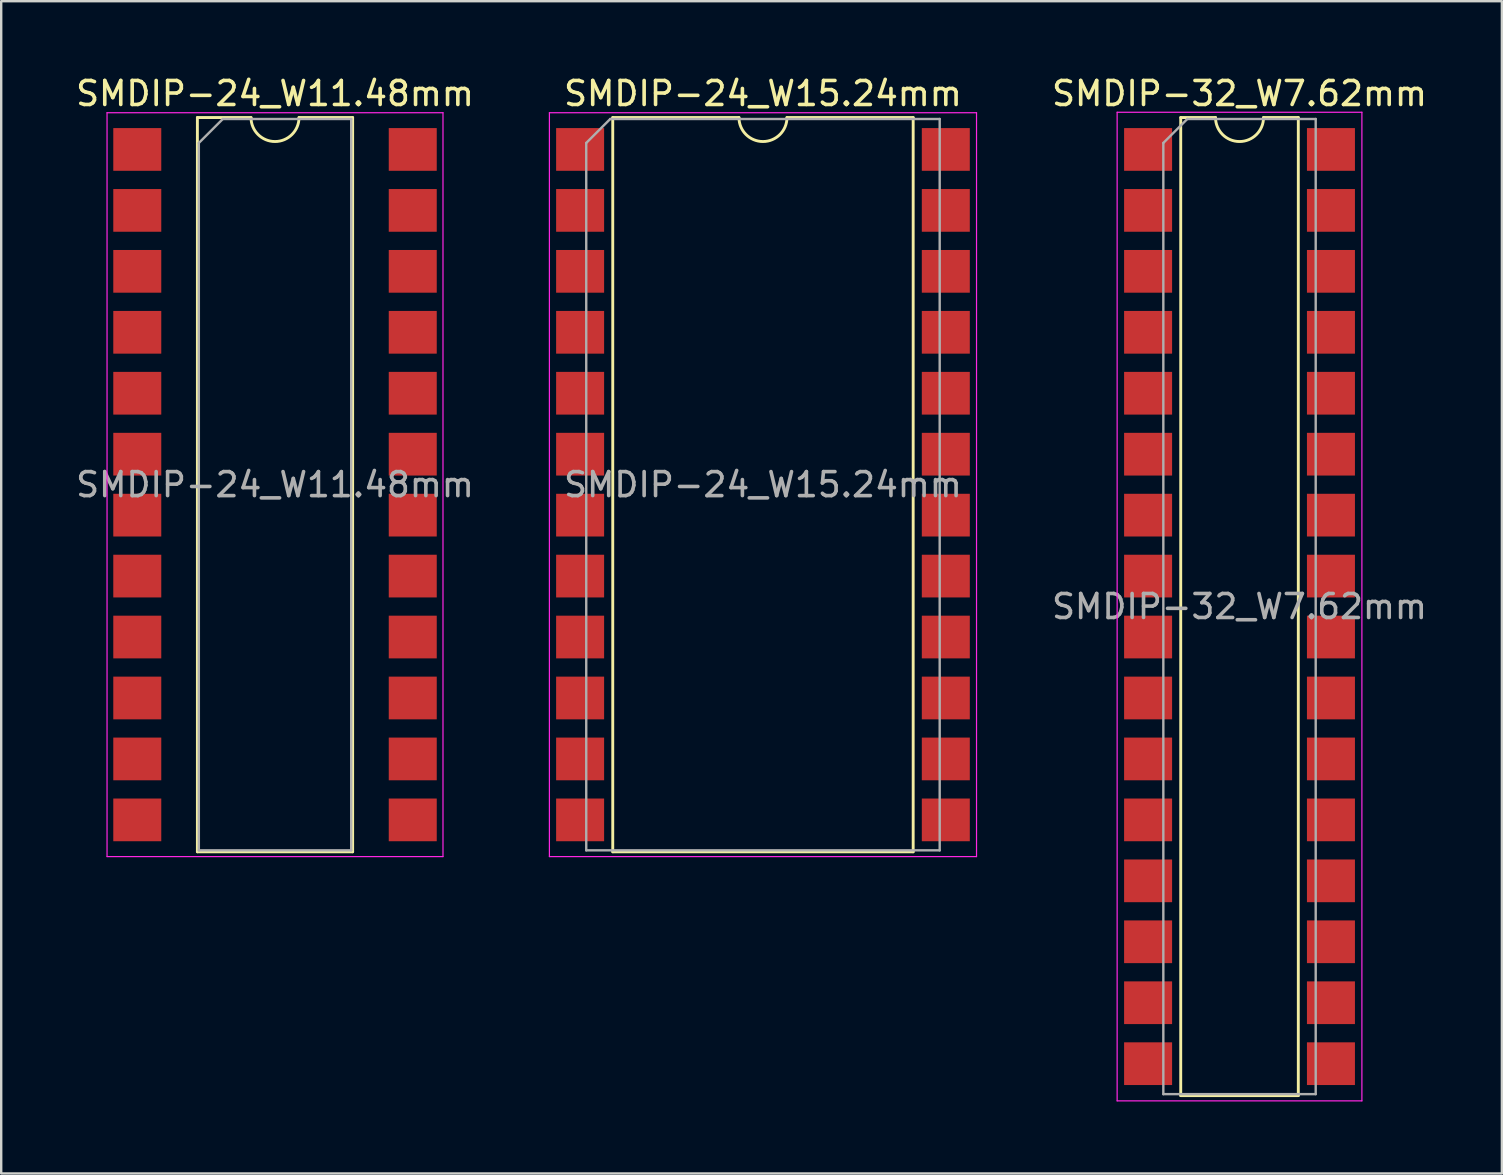
<source format=kicad_pcb>
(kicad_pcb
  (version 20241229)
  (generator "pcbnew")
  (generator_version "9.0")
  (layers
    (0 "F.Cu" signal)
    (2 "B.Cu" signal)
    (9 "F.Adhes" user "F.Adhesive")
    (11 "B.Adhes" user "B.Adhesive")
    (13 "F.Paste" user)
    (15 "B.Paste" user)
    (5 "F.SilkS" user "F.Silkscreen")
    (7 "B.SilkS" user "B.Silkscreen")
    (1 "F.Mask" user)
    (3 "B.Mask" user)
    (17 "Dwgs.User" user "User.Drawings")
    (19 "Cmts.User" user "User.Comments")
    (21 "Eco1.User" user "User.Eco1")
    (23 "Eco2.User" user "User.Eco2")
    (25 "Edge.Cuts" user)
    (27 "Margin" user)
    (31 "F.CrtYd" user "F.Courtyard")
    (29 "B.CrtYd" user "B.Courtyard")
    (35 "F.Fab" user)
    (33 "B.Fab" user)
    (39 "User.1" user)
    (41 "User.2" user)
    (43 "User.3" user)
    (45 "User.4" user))
  (footprint "SMDIP-24_W15.24mm"
    (layer "F.Cu")
    (at 28.746 17.148)
    (property "Reference" "SMDIP-24_W15.24mm" (at 0 -16.3 0) (layer "F.SilkS") (effects (font (size 1 1) (thickness 0.15))))
    (attr smd)
    (fp_line (start -6.26 -15.3) (end -6.26 15.3) (stroke (width 0.12) (type solid)) (layer "F.SilkS"))
    (fp_line (start -6.26 15.3) (end 6.26 15.3) (stroke (width 0.12) (type solid)) (layer "F.SilkS"))
    (fp_line (start -1 -15.3) (end -6.26 -15.3) (stroke (width 0.12) (type solid)) (layer "F.SilkS"))
    (fp_line (start 6.26 -15.3) (end 1 -15.3) (stroke (width 0.12) (type solid)) (layer "F.SilkS"))
    (fp_line (start 6.26 15.3) (end 6.26 -15.3) (stroke (width 0.12) (type solid)) (layer "F.SilkS"))
    (fp_arc (start 1 -15.3) (mid 0 -14.3) (end -1 -15.3) (stroke (width 0.12) (type solid)) (layer "F.SilkS"))
    (fp_line (start -8.9 -15.5) (end -8.9 15.5) (stroke (width 0.05) (type solid)) (layer "F.CrtYd"))
    (fp_line (start -8.9 15.5) (end 8.9 15.5) (stroke (width 0.05) (type solid)) (layer "F.CrtYd"))
    (fp_line (start 8.9 -15.5) (end -8.9 -15.5) (stroke (width 0.05) (type solid)) (layer "F.CrtYd"))
    (fp_line (start 8.9 15.5) (end 8.9 -15.5) (stroke (width 0.05) (type solid)) (layer "F.CrtYd"))
    (fp_line (start -7.365 -14.24) (end -6.365 -15.24) (stroke (width 0.1) (type solid)) (layer "F.Fab"))
    (fp_line (start -7.365 15.24) (end -7.365 -14.24) (stroke (width 0.1) (type solid)) (layer "F.Fab"))
    (fp_line (start -6.365 -15.24) (end 7.365 -15.24) (stroke (width 0.1) (type solid)) (layer "F.Fab"))
    (fp_line (start 7.365 -15.24) (end 7.365 15.24) (stroke (width 0.1) (type solid)) (layer "F.Fab"))
    (fp_line (start 7.365 15.24) (end -7.365 15.24) (stroke (width 0.1) (type solid)) (layer "F.Fab"))
    (fp_text user "${REFERENCE}" (at 0 0 0) (layer "F.Fab") (effects (font (size 1 1) (thickness 0.15))))
    (pad "1" smd rect (at -7.62 -13.97) (size 2 1.78) (layers "F.Cu" "F.Mask" "F.Paste"))
    (pad "2" smd rect (at -7.62 -11.43) (size 2 1.78) (layers "F.Cu" "F.Mask" "F.Paste"))
    (pad "3" smd rect (at -7.62 -8.89) (size 2 1.78) (layers "F.Cu" "F.Mask" "F.Paste"))
    (pad "4" smd rect (at -7.62 -6.35) (size 2 1.78) (layers "F.Cu" "F.Mask" "F.Paste"))
    (pad "5" smd rect (at -7.62 -3.81) (size 2 1.78) (layers "F.Cu" "F.Mask" "F.Paste"))
    (pad "6" smd rect (at -7.62 -1.27) (size 2 1.78) (layers "F.Cu" "F.Mask" "F.Paste"))
    (pad "7" smd rect (at -7.62 1.27) (size 2 1.78) (layers "F.Cu" "F.Mask" "F.Paste"))
    (pad "8" smd rect (at -7.62 3.81) (size 2 1.78) (layers "F.Cu" "F.Mask" "F.Paste"))
    (pad "9" smd rect (at -7.62 6.35) (size 2 1.78) (layers "F.Cu" "F.Mask" "F.Paste"))
    (pad "10" smd rect (at -7.62 8.89) (size 2 1.78) (layers "F.Cu" "F.Mask" "F.Paste"))
    (pad "11" smd rect (at -7.62 11.43) (size 2 1.78) (layers "F.Cu" "F.Mask" "F.Paste"))
    (pad "12" smd rect (at -7.62 13.97) (size 2 1.78) (layers "F.Cu" "F.Mask" "F.Paste"))
    (pad "13" smd rect (at 7.62 13.97) (size 2 1.78) (layers "F.Cu" "F.Mask" "F.Paste"))
    (pad "14" smd rect (at 7.62 11.43) (size 2 1.78) (layers "F.Cu" "F.Mask" "F.Paste"))
    (pad "15" smd rect (at 7.62 8.89) (size 2 1.78) (layers "F.Cu" "F.Mask" "F.Paste"))
    (pad "16" smd rect (at 7.62 6.35) (size 2 1.78) (layers "F.Cu" "F.Mask" "F.Paste"))
    (pad "17" smd rect (at 7.62 3.81) (size 2 1.78) (layers "F.Cu" "F.Mask" "F.Paste"))
    (pad "18" smd rect (at 7.62 1.27) (size 2 1.78) (layers "F.Cu" "F.Mask" "F.Paste"))
    (pad "19" smd rect (at 7.62 -1.27) (size 2 1.78) (layers "F.Cu" "F.Mask" "F.Paste"))
    (pad "20" smd rect (at 7.62 -3.81) (size 2 1.78) (layers "F.Cu" "F.Mask" "F.Paste"))
    (pad "21" smd rect (at 7.62 -6.35) (size 2 1.78) (layers "F.Cu" "F.Mask" "F.Paste"))
    (pad "22" smd rect (at 7.62 -8.89) (size 2 1.78) (layers "F.Cu" "F.Mask" "F.Paste"))
    (pad "23" smd rect (at 7.62 -11.43) (size 2 1.78) (layers "F.Cu" "F.Mask" "F.Paste"))
    (pad "24" smd rect (at 7.62 -13.97) (size 2 1.78) (layers "F.Cu" "F.Mask" "F.Paste")))
  (footprint "SMDIP-32_W7.62mm"
    (layer "F.Cu")
    (at 48.606 22.228)
    (property "Reference" "SMDIP-32_W7.62mm" (at 0 -21.38 0) (layer "F.SilkS") (effects (font (size 1 1) (thickness 0.15))))
    (attr smd)
    (fp_line (start -2.45 -20.38) (end -2.45 20.38) (stroke (width 0.12) (type solid)) (layer "F.SilkS"))
    (fp_line (start -2.45 20.38) (end 2.45 20.38) (stroke (width 0.12) (type solid)) (layer "F.SilkS"))
    (fp_line (start -1 -20.38) (end -2.45 -20.38) (stroke (width 0.12) (type solid)) (layer "F.SilkS"))
    (fp_line (start 2.45 -20.38) (end 1 -20.38) (stroke (width 0.12) (type solid)) (layer "F.SilkS"))
    (fp_line (start 2.45 20.38) (end 2.45 -20.38) (stroke (width 0.12) (type solid)) (layer "F.SilkS"))
    (fp_arc (start 1 -20.38) (mid 0 -19.38) (end -1 -20.38) (stroke (width 0.12) (type solid)) (layer "F.SilkS"))
    (fp_line (start -5.1 -20.6) (end -5.1 20.6) (stroke (width 0.05) (type solid)) (layer "F.CrtYd"))
    (fp_line (start -5.1 20.6) (end 5.1 20.6) (stroke (width 0.05) (type solid)) (layer "F.CrtYd"))
    (fp_line (start 5.1 -20.6) (end -5.1 -20.6) (stroke (width 0.05) (type solid)) (layer "F.CrtYd"))
    (fp_line (start 5.1 20.6) (end 5.1 -20.6) (stroke (width 0.05) (type solid)) (layer "F.CrtYd"))
    (fp_line (start -3.175 -19.32) (end -2.175 -20.32) (stroke (width 0.1) (type solid)) (layer "F.Fab"))
    (fp_line (start -3.175 20.32) (end -3.175 -19.32) (stroke (width 0.1) (type solid)) (layer "F.Fab"))
    (fp_line (start -2.175 -20.32) (end 3.175 -20.32) (stroke (width 0.1) (type solid)) (layer "F.Fab"))
    (fp_line (start 3.175 -20.32) (end 3.175 20.32) (stroke (width 0.1) (type solid)) (layer "F.Fab"))
    (fp_line (start 3.175 20.32) (end -3.175 20.32) (stroke (width 0.1) (type solid)) (layer "F.Fab"))
    (fp_text user "${REFERENCE}" (at 0 0 0) (layer "F.Fab") (effects (font (size 1 1) (thickness 0.15))))
    (pad "1" smd rect (at -3.81 -19.05) (size 2 1.78) (layers "F.Cu" "F.Mask" "F.Paste"))
    (pad "2" smd rect (at -3.81 -16.51) (size 2 1.78) (layers "F.Cu" "F.Mask" "F.Paste"))
    (pad "3" smd rect (at -3.81 -13.97) (size 2 1.78) (layers "F.Cu" "F.Mask" "F.Paste"))
    (pad "4" smd rect (at -3.81 -11.43) (size 2 1.78) (layers "F.Cu" "F.Mask" "F.Paste"))
    (pad "5" smd rect (at -3.81 -8.89) (size 2 1.78) (layers "F.Cu" "F.Mask" "F.Paste"))
    (pad "6" smd rect (at -3.81 -6.35) (size 2 1.78) (layers "F.Cu" "F.Mask" "F.Paste"))
    (pad "7" smd rect (at -3.81 -3.81) (size 2 1.78) (layers "F.Cu" "F.Mask" "F.Paste"))
    (pad "8" smd rect (at -3.81 -1.27) (size 2 1.78) (layers "F.Cu" "F.Mask" "F.Paste"))
    (pad "9" smd rect (at -3.81 1.27) (size 2 1.78) (layers "F.Cu" "F.Mask" "F.Paste"))
    (pad "10" smd rect (at -3.81 3.81) (size 2 1.78) (layers "F.Cu" "F.Mask" "F.Paste"))
    (pad "11" smd rect (at -3.81 6.35) (size 2 1.78) (layers "F.Cu" "F.Mask" "F.Paste"))
    (pad "12" smd rect (at -3.81 8.89) (size 2 1.78) (layers "F.Cu" "F.Mask" "F.Paste"))
    (pad "13" smd rect (at -3.81 11.43) (size 2 1.78) (layers "F.Cu" "F.Mask" "F.Paste"))
    (pad "14" smd rect (at -3.81 13.97) (size 2 1.78) (layers "F.Cu" "F.Mask" "F.Paste"))
    (pad "15" smd rect (at -3.81 16.51) (size 2 1.78) (layers "F.Cu" "F.Mask" "F.Paste"))
    (pad "16" smd rect (at -3.81 19.05) (size 2 1.78) (layers "F.Cu" "F.Mask" "F.Paste"))
    (pad "17" smd rect (at 3.81 19.05) (size 2 1.78) (layers "F.Cu" "F.Mask" "F.Paste"))
    (pad "18" smd rect (at 3.81 16.51) (size 2 1.78) (layers "F.Cu" "F.Mask" "F.Paste"))
    (pad "19" smd rect (at 3.81 13.97) (size 2 1.78) (layers "F.Cu" "F.Mask" "F.Paste"))
    (pad "20" smd rect (at 3.81 11.43) (size 2 1.78) (layers "F.Cu" "F.Mask" "F.Paste"))
    (pad "21" smd rect (at 3.81 8.89) (size 2 1.78) (layers "F.Cu" "F.Mask" "F.Paste"))
    (pad "22" smd rect (at 3.81 6.35) (size 2 1.78) (layers "F.Cu" "F.Mask" "F.Paste"))
    (pad "23" smd rect (at 3.81 3.81) (size 2 1.78) (layers "F.Cu" "F.Mask" "F.Paste"))
    (pad "24" smd rect (at 3.81 1.27) (size 2 1.78) (layers "F.Cu" "F.Mask" "F.Paste"))
    (pad "25" smd rect (at 3.81 -1.27) (size 2 1.78) (layers "F.Cu" "F.Mask" "F.Paste"))
    (pad "26" smd rect (at 3.81 -3.81) (size 2 1.78) (layers "F.Cu" "F.Mask" "F.Paste"))
    (pad "27" smd rect (at 3.81 -6.35) (size 2 1.78) (layers "F.Cu" "F.Mask" "F.Paste"))
    (pad "28" smd rect (at 3.81 -8.89) (size 2 1.78) (layers "F.Cu" "F.Mask" "F.Paste"))
    (pad "29" smd rect (at 3.81 -11.43) (size 2 1.78) (layers "F.Cu" "F.Mask" "F.Paste"))
    (pad "30" smd rect (at 3.81 -13.97) (size 2 1.78) (layers "F.Cu" "F.Mask" "F.Paste"))
    (pad "31" smd rect (at 3.81 -16.51) (size 2 1.78) (layers "F.Cu" "F.Mask" "F.Paste"))
    (pad "32" smd rect (at 3.81 -19.05) (size 2 1.78) (layers "F.Cu" "F.Mask" "F.Paste")))
  (footprint "SMDIP-24_W11.48mm"
    (layer "F.Cu")
    (at 8.411 17.148)
    (property "Reference" "SMDIP-24_W11.48mm" (at 0 -16.3 0) (layer "F.SilkS") (effects (font (size 1 1) (thickness 0.15))))
    (attr smd)
    (fp_line (start -3.235 -15.3) (end -3.235 15.3) (stroke (width 0.12) (type solid)) (layer "F.SilkS"))
    (fp_line (start -3.235 15.3) (end 3.235 15.3) (stroke (width 0.12) (type solid)) (layer "F.SilkS"))
    (fp_line (start -1 -15.3) (end -3.235 -15.3) (stroke (width 0.12) (type solid)) (layer "F.SilkS"))
    (fp_line (start 3.235 -15.3) (end 1 -15.3) (stroke (width 0.12) (type solid)) (layer "F.SilkS"))
    (fp_line (start 3.235 15.3) (end 3.235 -15.3) (stroke (width 0.12) (type solid)) (layer "F.SilkS"))
    (fp_arc (start 1 -15.3) (mid 0 -14.3) (end -1 -15.3) (stroke (width 0.12) (type solid)) (layer "F.SilkS"))
    (fp_line (start -7 -15.5) (end -7 15.5) (stroke (width 0.05) (type solid)) (layer "F.CrtYd"))
    (fp_line (start -7 15.5) (end 7 15.5) (stroke (width 0.05) (type solid)) (layer "F.CrtYd"))
    (fp_line (start 7 -15.5) (end -7 -15.5) (stroke (width 0.05) (type solid)) (layer "F.CrtYd"))
    (fp_line (start 7 15.5) (end 7 -15.5) (stroke (width 0.05) (type solid)) (layer "F.CrtYd"))
    (fp_line (start -3.175 -14.24) (end -2.175 -15.24) (stroke (width 0.1) (type solid)) (layer "F.Fab"))
    (fp_line (start -3.175 15.24) (end -3.175 -14.24) (stroke (width 0.1) (type solid)) (layer "F.Fab"))
    (fp_line (start -2.175 -15.24) (end 3.175 -15.24) (stroke (width 0.1) (type solid)) (layer "F.Fab"))
    (fp_line (start 3.175 -15.24) (end 3.175 15.24) (stroke (width 0.1) (type solid)) (layer "F.Fab"))
    (fp_line (start 3.175 15.24) (end -3.175 15.24) (stroke (width 0.1) (type solid)) (layer "F.Fab"))
    (fp_text user "${REFERENCE}" (at 0 0 0) (layer "F.Fab") (effects (font (size 1 1) (thickness 0.15))))
    (pad "1" smd rect (at -5.74 -13.97) (size 2 1.78) (layers "F.Cu" "F.Mask" "F.Paste"))
    (pad "2" smd rect (at -5.74 -11.43) (size 2 1.78) (layers "F.Cu" "F.Mask" "F.Paste"))
    (pad "3" smd rect (at -5.74 -8.89) (size 2 1.78) (layers "F.Cu" "F.Mask" "F.Paste"))
    (pad "4" smd rect (at -5.74 -6.35) (size 2 1.78) (layers "F.Cu" "F.Mask" "F.Paste"))
    (pad "5" smd rect (at -5.74 -3.81) (size 2 1.78) (layers "F.Cu" "F.Mask" "F.Paste"))
    (pad "6" smd rect (at -5.74 -1.27) (size 2 1.78) (layers "F.Cu" "F.Mask" "F.Paste"))
    (pad "7" smd rect (at -5.74 1.27) (size 2 1.78) (layers "F.Cu" "F.Mask" "F.Paste"))
    (pad "8" smd rect (at -5.74 3.81) (size 2 1.78) (layers "F.Cu" "F.Mask" "F.Paste"))
    (pad "9" smd rect (at -5.74 6.35) (size 2 1.78) (layers "F.Cu" "F.Mask" "F.Paste"))
    (pad "10" smd rect (at -5.74 8.89) (size 2 1.78) (layers "F.Cu" "F.Mask" "F.Paste"))
    (pad "11" smd rect (at -5.74 11.43) (size 2 1.78) (layers "F.Cu" "F.Mask" "F.Paste"))
    (pad "12" smd rect (at -5.74 13.97) (size 2 1.78) (layers "F.Cu" "F.Mask" "F.Paste"))
    (pad "13" smd rect (at 5.74 13.97) (size 2 1.78) (layers "F.Cu" "F.Mask" "F.Paste"))
    (pad "14" smd rect (at 5.74 11.43) (size 2 1.78) (layers "F.Cu" "F.Mask" "F.Paste"))
    (pad "15" smd rect (at 5.74 8.89) (size 2 1.78) (layers "F.Cu" "F.Mask" "F.Paste"))
    (pad "16" smd rect (at 5.74 6.35) (size 2 1.78) (layers "F.Cu" "F.Mask" "F.Paste"))
    (pad "17" smd rect (at 5.74 3.81) (size 2 1.78) (layers "F.Cu" "F.Mask" "F.Paste"))
    (pad "18" smd rect (at 5.74 1.27) (size 2 1.78) (layers "F.Cu" "F.Mask" "F.Paste"))
    (pad "19" smd rect (at 5.74 -1.27) (size 2 1.78) (layers "F.Cu" "F.Mask" "F.Paste"))
    (pad "20" smd rect (at 5.74 -3.81) (size 2 1.78) (layers "F.Cu" "F.Mask" "F.Paste"))
    (pad "21" smd rect (at 5.74 -6.35) (size 2 1.78) (layers "F.Cu" "F.Mask" "F.Paste"))
    (pad "22" smd rect (at 5.74 -8.89) (size 2 1.78) (layers "F.Cu" "F.Mask" "F.Paste"))
    (pad "23" smd rect (at 5.74 -11.43) (size 2 1.78) (layers "F.Cu" "F.Mask" "F.Paste"))
    (pad "24" smd rect (at 5.74 -13.97) (size 2 1.78) (layers "F.Cu" "F.Mask" "F.Paste")))
  (gr_rect
    (start -3 -3)
    (end 59.54 45.853)
    (stroke (width 0.1) (type default))
    (fill no)
    (layer "Edge.Cuts")))
</source>
